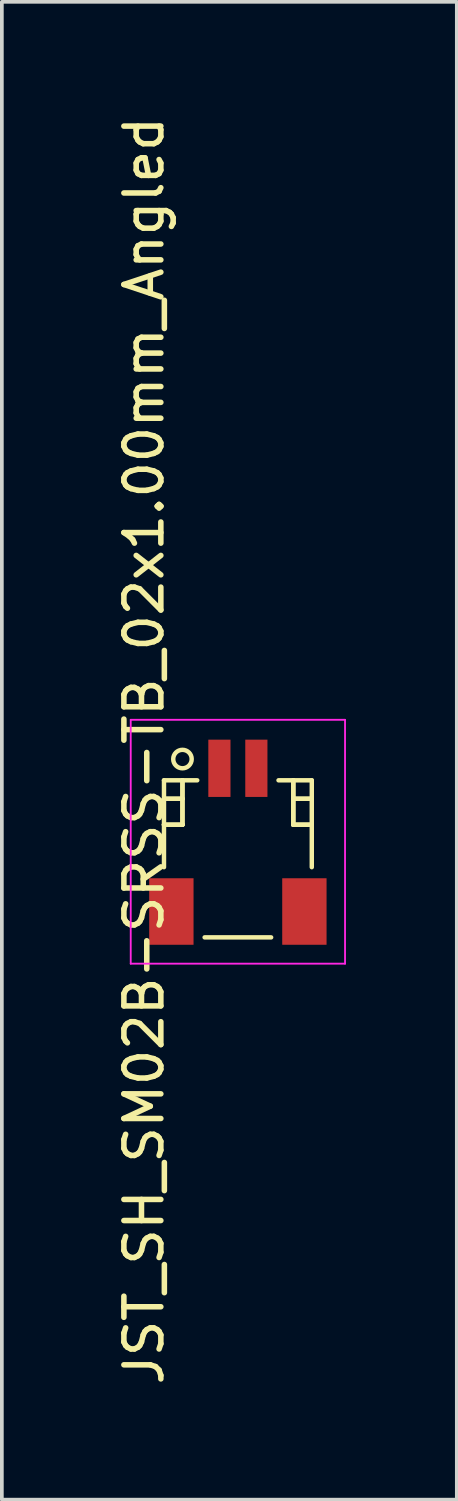
<source format=kicad_pcb>
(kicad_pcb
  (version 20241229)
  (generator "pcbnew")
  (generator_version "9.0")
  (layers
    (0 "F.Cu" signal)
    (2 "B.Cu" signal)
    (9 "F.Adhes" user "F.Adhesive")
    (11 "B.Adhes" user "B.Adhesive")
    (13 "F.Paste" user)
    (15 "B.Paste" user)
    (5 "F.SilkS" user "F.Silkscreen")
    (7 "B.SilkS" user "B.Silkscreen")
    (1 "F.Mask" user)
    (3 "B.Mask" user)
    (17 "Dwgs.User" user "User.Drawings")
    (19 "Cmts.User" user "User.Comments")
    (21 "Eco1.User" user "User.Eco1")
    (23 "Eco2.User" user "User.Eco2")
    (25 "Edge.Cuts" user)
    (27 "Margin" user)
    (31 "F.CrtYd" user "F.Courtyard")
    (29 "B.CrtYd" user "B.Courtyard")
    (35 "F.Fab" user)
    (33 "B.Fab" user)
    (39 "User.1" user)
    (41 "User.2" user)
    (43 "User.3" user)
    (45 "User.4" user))
  (footprint "JST_SH_SM02B-SRSS-TB_02x1.00mm_Angled"
    (layer "F.Cu")
    (at 3.388 19.681)
    (property "Reference" "JST_SH_SM02B-SRSS-TB_02x1.00mm_Angled" (at -2.54 -2.413 270) (layer "F.SilkS") (effects (font (size 1 1) (thickness 0.15))))
    (attr smd)
    (fp_line (start -2 -1.613) (end -1.1 -1.613) (stroke (width 0.12) (type solid)) (layer "F.SilkS"))
    (fp_line (start -2 -1.113) (end -2 -1.113) (stroke (width 0.12) (type solid)) (layer "F.SilkS"))
    (fp_line (start -2 -1.113) (end -1.5 -1.113) (stroke (width 0.12) (type solid)) (layer "F.SilkS"))
    (fp_line (start -2 -0.412) (end -2 -0.412) (stroke (width 0.12) (type solid)) (layer "F.SilkS"))
    (fp_line (start -2 -0.412) (end -1.5 -0.412) (stroke (width 0.12) (type solid)) (layer "F.SilkS"))
    (fp_line (start -2 0.738) (end -2 -1.613) (stroke (width 0.12) (type solid)) (layer "F.SilkS"))
    (fp_line (start -1.5 -1.613) (end -1.5 -1.613) (stroke (width 0.12) (type solid)) (layer "F.SilkS"))
    (fp_line (start -1.5 -1.613) (end -1.5 -0.412) (stroke (width 0.12) (type solid)) (layer "F.SilkS"))
    (fp_line (start -1.5 -1.113) (end -2 -1.113) (stroke (width 0.12) (type solid)) (layer "F.SilkS"))
    (fp_line (start -1.5 -1.113) (end -1.5 -1.113) (stroke (width 0.12) (type solid)) (layer "F.SilkS"))
    (fp_line (start -1.5 -0.412) (end -2 -0.412) (stroke (width 0.12) (type solid)) (layer "F.SilkS"))
    (fp_line (start -1.5 -0.412) (end -1.5 -1.613) (stroke (width 0.12) (type solid)) (layer "F.SilkS"))
    (fp_line (start -1.5 -0.412) (end -1.5 -0.412) (stroke (width 0.12) (type solid)) (layer "F.SilkS"))
    (fp_line (start -1.5 -0.412) (end -1.5 -0.412) (stroke (width 0.12) (type solid)) (layer "F.SilkS"))
    (fp_line (start -0.9 2.638) (end 0.9 2.638) (stroke (width 0.12) (type solid)) (layer "F.SilkS"))
    (fp_line (start 1.5 -1.613) (end 1.5 -1.613) (stroke (width 0.12) (type solid)) (layer "F.SilkS"))
    (fp_line (start 1.5 -1.613) (end 1.5 -0.412) (stroke (width 0.12) (type solid)) (layer "F.SilkS"))
    (fp_line (start 1.5 -1.113) (end 1.5 -1.113) (stroke (width 0.12) (type solid)) (layer "F.SilkS"))
    (fp_line (start 1.5 -1.113) (end 2 -1.113) (stroke (width 0.12) (type solid)) (layer "F.SilkS"))
    (fp_line (start 1.5 -0.412) (end 1.5 -1.613) (stroke (width 0.12) (type solid)) (layer "F.SilkS"))
    (fp_line (start 1.5 -0.412) (end 1.5 -0.412) (stroke (width 0.12) (type solid)) (layer "F.SilkS"))
    (fp_line (start 1.5 -0.412) (end 1.5 -0.412) (stroke (width 0.12) (type solid)) (layer "F.SilkS"))
    (fp_line (start 1.5 -0.412) (end 2 -0.412) (stroke (width 0.12) (type solid)) (layer "F.SilkS"))
    (fp_line (start 2 -1.613) (end 1.1 -1.613) (stroke (width 0.12) (type solid)) (layer "F.SilkS"))
    (fp_line (start 2 -1.113) (end 1.5 -1.113) (stroke (width 0.12) (type solid)) (layer "F.SilkS"))
    (fp_line (start 2 -1.113) (end 2 -1.113) (stroke (width 0.12) (type solid)) (layer "F.SilkS"))
    (fp_line (start 2 -0.412) (end 1.5 -0.412) (stroke (width 0.12) (type solid)) (layer "F.SilkS"))
    (fp_line (start 2 -0.412) (end 2 -0.412) (stroke (width 0.12) (type solid)) (layer "F.SilkS"))
    (fp_line (start 2 0.738) (end 2 -1.613) (stroke (width 0.12) (type solid)) (layer "F.SilkS"))
    (fp_circle (center -1.5 -2.188) (end -1.25 -2.188) (stroke (width 0.12) (type solid)) (fill no) (layer "F.SilkS"))
    (fp_line (start -2.9 -3.25) (end 2.9 -3.25) (stroke (width 0.05) (type solid)) (layer "F.CrtYd"))
    (fp_line (start -2.9 3.35) (end -2.9 -3.25) (stroke (width 0.05) (type solid)) (layer "F.CrtYd"))
    (fp_line (start 2.9 -3.25) (end 2.9 3.35) (stroke (width 0.05) (type solid)) (layer "F.CrtYd"))
    (fp_line (start 2.9 3.35) (end -2.9 3.35) (stroke (width 0.05) (type solid)) (layer "F.CrtYd"))
    (pad "1" smd rect (at -1.8 1.938) (size 1.2 1.8) (layers "F.Cu" "F.Mask" "F.Paste"))
    (pad "1" smd rect (at -0.5 -1.938) (size 0.6 1.55) (layers "F.Cu" "F.Mask" "F.Paste"))
    (pad "2" smd rect (at 0.5 -1.938) (size 0.6 1.55) (layers "F.Cu" "F.Mask" "F.Paste"))
    (pad "2" smd rect (at 1.8 1.938) (size 1.2 1.8) (layers "F.Cu" "F.Mask" "F.Paste")))
  (gr_rect
    (start -3 -3)
    (end 9.313 37.536)
    (stroke (width 0.1) (type default))
    (fill no)
    (layer "Edge.Cuts")))
</source>
